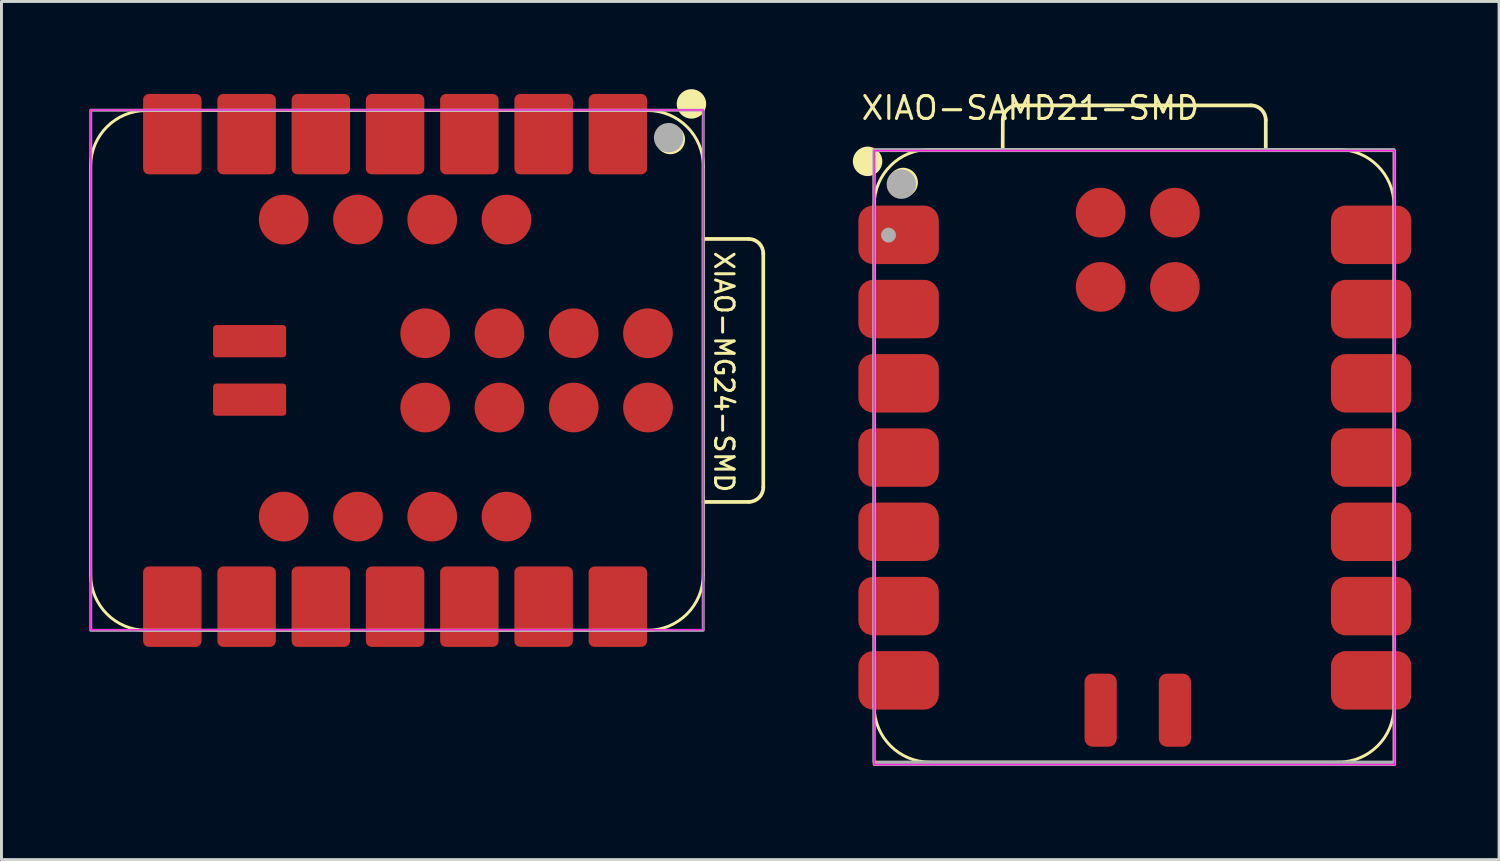
<source format=kicad_pcb>
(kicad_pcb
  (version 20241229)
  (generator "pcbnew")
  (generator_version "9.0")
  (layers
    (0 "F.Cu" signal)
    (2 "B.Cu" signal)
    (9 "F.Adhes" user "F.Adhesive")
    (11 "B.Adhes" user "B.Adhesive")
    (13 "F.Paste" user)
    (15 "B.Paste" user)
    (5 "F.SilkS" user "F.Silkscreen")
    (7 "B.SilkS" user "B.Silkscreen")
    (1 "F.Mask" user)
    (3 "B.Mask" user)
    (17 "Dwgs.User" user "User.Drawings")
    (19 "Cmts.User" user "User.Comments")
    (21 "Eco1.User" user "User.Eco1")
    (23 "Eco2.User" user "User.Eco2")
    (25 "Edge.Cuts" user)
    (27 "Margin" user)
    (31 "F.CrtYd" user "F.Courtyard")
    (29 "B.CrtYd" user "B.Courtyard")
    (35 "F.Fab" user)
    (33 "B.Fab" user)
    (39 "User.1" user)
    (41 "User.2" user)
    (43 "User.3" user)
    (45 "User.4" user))
  (footprint "XIAO-SAMD21-SMD"
    (layer "F.Cu")
    (at 26.851 23.102)
    (property "Reference" "XIAO-SAMD21-SMD" (at -0.5 -22 0) (layer "F.SilkS") (effects (font (size 0.782 0.782) (thickness 0.107)) (justify left bottom)))
    (fp_line (start 0.001 -1.987) (end 0.001 -19.132) (stroke (width 0.1) (type solid)) (layer "F.SilkS"))
    (fp_line (start 1.906 -0.082) (end 15.876 -0.082) (stroke (width 0.1) (type solid)) (layer "F.SilkS"))
    (fp_line (start 4.396 -21.037) (end 4.4 -22.048) (stroke (width 0.127) (type solid)) (layer "F.SilkS"))
    (fp_line (start 4.9 -22.547) (end 12.895 -22.547) (stroke (width 0.127) (type solid)) (layer "F.SilkS"))
    (fp_line (start 13.395 -22.047) (end 13.395 -21.037) (stroke (width 0.127) (type solid)) (layer "F.SilkS"))
    (fp_line (start 15.876 -21.037) (end 1.906 -21.037) (stroke (width 0.1) (type solid)) (layer "F.SilkS"))
    (fp_line (start 15.876 -21.037) (end 1.906 -21.037) (stroke (width 0.1) (type solid)) (layer "F.SilkS"))
    (fp_line (start 17.781 -1.987) (end 17.781 -19.132) (stroke (width 0.1) (type solid)) (layer "F.SilkS"))
    (fp_arc (start 0.001 -19.1363) (mid 0.558966 -20.483329) (end 1.906 -21.0413) (stroke (width 0.1) (type solid)) (layer "F.SilkS"))
    (fp_arc (start 1.906 -0.0823) (mid 0.558962 -0.640262) (end 0.001 -1.9873) (stroke (width 0.1) (type solid)) (layer "F.SilkS"))
    (fp_arc (start 4.399728 -22.047572) (mid 4.546276 -22.400944) (end 4.899728 -22.5473) (stroke (width 0.127) (type default)) (layer "F.SilkS"))
    (fp_arc (start 12.895 -22.5473) (mid 13.248553 -22.400853) (end 13.395 -22.0473) (stroke (width 0.127) (type default)) (layer "F.SilkS"))
    (fp_arc (start 15.876 -21.0373) (mid 17.223038 -20.479337) (end 17.781 -19.1323) (stroke (width 0.1) (type solid)) (layer "F.SilkS"))
    (fp_arc (start 17.781 -1.9873) (mid 17.223038 -0.640262) (end 15.876 -0.0823) (stroke (width 0.1) (type solid)) (layer "F.SilkS"))
    (fp_circle (center -0.225 -20.633) (end -0.225 -20.887) (stroke (width 0.5) (type solid)) (fill yes) (layer "F.SilkS"))
    (fp_circle (center 0.992 -19.91) (end 0.992 -20.164) (stroke (width 0.5) (type solid)) (fill yes) (layer "F.SilkS"))
    (fp_rect (start 17.8 0) (end 0 -21) (stroke (width 0.05) (type default)) (fill no) (layer "F.CrtYd"))
    (fp_rect (start -0.009 -21.036) (end 17.781 -0.086) (stroke (width 0.1) (type default)) (fill no) (layer "F.Fab"))
    (fp_rect (start 0 -21) (end 17.8 0) (stroke (width 0.1) (type default)) (fill no) (layer "F.Fab"))
    (fp_circle (center 0.49 -18.11) (end 0.617 -18.11) (stroke (width 0.254) (type solid)) (fill no) (layer "F.Fab"))
    (fp_circle (center 0.93 -19.853) (end 0.93 -20.107) (stroke (width 0.5) (type solid)) (fill no) (layer "F.Fab"))
    (pad "1" smd roundrect (at 0.835 -18.12) (size 2.75 2) (layers "F.Cu" "F.Mask" "F.Paste") (roundrect_rratio 0.25))
    (pad "2" smd roundrect (at 0.835 -15.58) (size 2.75 2) (layers "F.Cu" "F.Mask" "F.Paste") (roundrect_rratio 0.25))
    (pad "3" smd roundrect (at 0.835 -13.04) (size 2.75 2) (layers "F.Cu" "F.Mask" "F.Paste") (roundrect_rratio 0.25))
    (pad "4" smd roundrect (at 0.835 -10.5) (size 2.75 2) (layers "F.Cu" "F.Mask" "F.Paste") (roundrect_rratio 0.25))
    (pad "5" smd roundrect (at 0.835 -7.96) (size 2.75 2) (layers "F.Cu" "F.Mask" "F.Paste") (roundrect_rratio 0.25))
    (pad "6" smd roundrect (at 0.835 -5.42) (size 2.75 2) (layers "F.Cu" "F.Mask" "F.Paste") (roundrect_rratio 0.25))
    (pad "7" smd roundrect (at 0.835 -2.88) (size 2.75 2) (layers "F.Cu" "F.Mask" "F.Paste") (roundrect_rratio 0.25))
    (pad "8" smd roundrect (at 17 -2.88) (size 2.75 2) (layers "F.Cu" "F.Mask" "F.Paste") (roundrect_rratio 0.25))
    (pad "9" smd roundrect (at 17 -5.42) (size 2.75 2) (layers "F.Cu" "F.Mask" "F.Paste") (roundrect_rratio 0.25))
    (pad "10" smd roundrect (at 17 -7.96) (size 2.75 2) (layers "F.Cu" "F.Mask" "F.Paste") (roundrect_rratio 0.25))
    (pad "11" smd roundrect (at 17 -10.5) (size 2.75 2) (layers "F.Cu" "F.Mask" "F.Paste") (roundrect_rratio 0.25))
    (pad "12" smd roundrect (at 17 -13.04) (size 2.75 2) (layers "F.Cu" "F.Mask" "F.Paste") (roundrect_rratio 0.25))
    (pad "13" smd roundrect (at 17 -15.58) (size 2.75 2) (layers "F.Cu" "F.Mask" "F.Paste") (roundrect_rratio 0.25))
    (pad "14" smd roundrect (at 17 -18.12) (size 2.75 2) (layers "F.Cu" "F.Mask" "F.Paste") (roundrect_rratio 0.25))
    (pad "15" smd roundrect (at 7.747 -1.86 90) (size 2.5 1.1) (layers "F.Cu" "F.Mask" "F.Paste") (roundrect_rratio 0.25))
    (pad "16" smd roundrect (at 10.287 -1.86 90) (size 2.5 1.1) (layers "F.Cu" "F.Mask" "F.Paste") (roundrect_rratio 0.25))
    (pad "17" smd circle (at 7.747 -18.878) (size 1.7 1.7) (layers "F.Cu" "F.Mask" "F.Paste"))
    (pad "18" smd circle (at 10.287 -18.878) (size 1.7 1.7) (layers "F.Cu" "F.Mask" "F.Paste"))
    (pad "19" smd circle (at 7.747 -16.338) (size 1.7 1.7) (layers "F.Cu" "F.Mask" "F.Paste"))
    (pad "20" smd circle (at 10.287 -16.338) (size 1.7 1.7) (layers "F.Cu" "F.Mask" "F.Paste")))
  (footprint "XIAO-MG24-SMD"
    (layer "F.Cu")
    (at 10.464 9.62)
    (property "Reference" "XIAO-MG24-SMD" (at 11.25 0.05 270) (unlocked yes) (layer "F.SilkS") (effects (font (size 0.635 0.635) (thickness 0.102))))
    (attr smd)
    (fp_line (start -10.414 -6.985) (end -10.414 6.985) (stroke (width 0.1) (type solid)) (layer "F.SilkS"))
    (fp_line (start -8.509 -8.89) (end 8.636 -8.89) (stroke (width 0.1) (type solid)) (layer "F.SilkS"))
    (fp_line (start -8.509 8.89) (end 8.636 8.89) (stroke (width 0.1) (type solid)) (layer "F.SilkS"))
    (fp_line (start 10.541 6.985) (end 10.541 -6.985) (stroke (width 0.1) (type solid)) (layer "F.SilkS"))
    (fp_line (start 10.553 -4.498) (end 12.094 -4.497) (stroke (width 0.127) (type solid)) (layer "F.SilkS"))
    (fp_line (start 12.094 4.498) (end 10.55 4.499) (stroke (width 0.127) (type solid)) (layer "F.SilkS"))
    (fp_line (start 12.594 -3.997) (end 12.594 3.998) (stroke (width 0.127) (type solid)) (layer "F.SilkS"))
    (fp_arc (start -10.414 -6.985) (mid -9.856038 -8.332038) (end -8.509 -8.89) (stroke (width 0.1) (type solid)) (layer "F.SilkS"))
    (fp_arc (start -8.509 8.89) (mid -9.856038 8.332038) (end -10.414 6.985) (stroke (width 0.1) (type solid)) (layer "F.SilkS"))
    (fp_arc (start 8.64 -8.89) (mid 9.987038 -8.332038) (end 10.545 -6.985) (stroke (width 0.1) (type solid)) (layer "F.SilkS"))
    (fp_arc (start 10.541 6.985) (mid 9.983038 8.332038) (end 8.636 8.89) (stroke (width 0.1) (type solid)) (layer "F.SilkS"))
    (fp_arc (start 12.094284 -4.497284) (mid 12.447619 -4.350707) (end 12.594012 -3.997284) (stroke (width 0.127) (type default)) (layer "F.SilkS"))
    (fp_arc (start 12.594012 3.997988) (mid 12.44757 4.351553) (end 12.094012 4.497988) (stroke (width 0.127) (type default)) (layer "F.SilkS"))
    (fp_circle (center 9.414 -7.899) (end 9.668 -7.899) (stroke (width 0.5) (type solid)) (fill yes) (layer "F.SilkS"))
    (fp_circle (center 10.137 -9.116) (end 10.391 -9.116) (stroke (width 0.5) (type solid)) (fill yes) (layer "F.SilkS"))
    (fp_rect (start -10.41 -8.91) (end 10.54 8.87) (stroke (width 0.05) (type default)) (fill no) (layer "F.CrtYd"))
    (fp_rect (start -10.41 -8.9) (end 10.54 8.89) (stroke (width 0.1) (type default)) (fill no) (layer "F.Fab"))
    (fp_circle (center 9.357 -7.961) (end 9.611 -7.961) (stroke (width 0.5) (type solid)) (fill no) (layer "F.Fab"))
    (pad "1" smd roundrect (at 7.62 -8.082 90) (size 2.75 2) (layers "F.Cu" "F.Mask" "F.Paste") (roundrect_rratio 0.1))
    (pad "2" smd roundrect (at 5.08 -8.082 90) (size 2.75 2) (layers "F.Cu" "F.Mask" "F.Paste") (roundrect_rratio 0.1))
    (pad "3" smd roundrect (at 2.54 -8.082 90) (size 2.75 2) (layers "F.Cu" "F.Mask" "F.Paste") (roundrect_rratio 0.1))
    (pad "4" smd roundrect (at 0 -8.082 90) (size 2.75 2) (layers "F.Cu" "F.Mask" "F.Paste") (roundrect_rratio 0.1))
    (pad "5" smd roundrect (at -2.54 -8.082 90) (size 2.75 2) (layers "F.Cu" "F.Mask" "F.Paste") (roundrect_rratio 0.1))
    (pad "6" smd roundrect (at -5.08 -8.082 90) (size 2.75 2) (layers "F.Cu" "F.Mask" "F.Paste") (roundrect_rratio 0.1))
    (pad "7" smd roundrect (at -7.62 -8.082 90) (size 2.75 2) (layers "F.Cu" "F.Mask" "F.Paste") (roundrect_rratio 0.1))
    (pad "8" smd roundrect (at -7.62 8.082 270) (size 2.75 2) (layers "F.Cu" "F.Mask" "F.Paste") (roundrect_rratio 0.1))
    (pad "9" smd roundrect (at -5.08 8.082 270) (size 2.75 2) (layers "F.Cu" "F.Mask" "F.Paste") (roundrect_rratio 0.1))
    (pad "10" smd roundrect (at -2.54 8.082 270) (size 2.75 2) (layers "F.Cu" "F.Mask" "F.Paste") (roundrect_rratio 0.1))
    (pad "11" smd roundrect (at 0 8.082 270) (size 2.75 2) (layers "F.Cu" "F.Mask" "F.Paste") (roundrect_rratio 0.1))
    (pad "12" smd roundrect (at 2.54 8.082 270) (size 2.75 2) (layers "F.Cu" "F.Mask" "F.Paste") (roundrect_rratio 0.1))
    (pad "13" smd roundrect (at 5.08 8.082 270) (size 2.75 2) (layers "F.Cu" "F.Mask" "F.Paste") (roundrect_rratio 0.1))
    (pad "14" smd roundrect (at 7.62 8.082 270) (size 2.75 2) (layers "F.Cu" "F.Mask" "F.Paste") (roundrect_rratio 0.1))
    (pad "15" smd circle (at 3.81 5.001 90) (size 1.7 1.7) (layers "F.Cu" "F.Mask" "F.Paste"))
    (pad "16" smd circle (at 1.27 5.001 90) (size 1.7 1.7) (layers "F.Cu" "F.Mask" "F.Paste"))
    (pad "17" smd circle (at -1.27 5.001 90) (size 1.7 1.7) (layers "F.Cu" "F.Mask" "F.Paste"))
    (pad "18" smd circle (at -3.81 5.001 90) (size 1.7 1.7) (layers "F.Cu" "F.Mask" "F.Paste"))
    (pad "19" smd circle (at -3.81 -5.159 90) (size 1.7 1.7) (layers "F.Cu" "F.Mask" "F.Paste"))
    (pad "20" smd circle (at -1.27 -5.159 90) (size 1.7 1.7) (layers "F.Cu" "F.Mask" "F.Paste"))
    (pad "21" smd circle (at 1.27 -5.159 90) (size 1.7 1.7) (layers "F.Cu" "F.Mask" "F.Paste"))
    (pad "22" smd circle (at 3.81 -5.159 90) (size 1.7 1.7) (layers "F.Cu" "F.Mask" "F.Paste"))
    (pad "23" smd circle (at 8.65 -1.27 90) (size 1.7 1.7) (layers "F.Cu" "F.Mask" "F.Paste"))
    (pad "24" smd circle (at 6.11 -1.27 90) (size 1.7 1.7) (layers "F.Cu" "F.Mask" "F.Paste"))
    (pad "25" smd circle (at 3.57 -1.27 90) (size 1.7 1.7) (layers "F.Cu" "F.Mask" "F.Paste"))
    (pad "26" smd circle (at 1.03 -1.27 90) (size 1.7 1.7) (layers "F.Cu" "F.Mask" "F.Paste"))
    (pad "27" smd circle (at 1.03 1.27 90) (size 1.7 1.7) (layers "F.Cu" "F.Mask" "F.Paste"))
    (pad "28" smd circle (at 3.57 1.27 90) (size 1.7 1.7) (layers "F.Cu" "F.Mask" "F.Paste"))
    (pad "29" smd circle (at 6.11 1.27 90) (size 1.7 1.7) (layers "F.Cu" "F.Mask" "F.Paste"))
    (pad "30" smd circle (at 8.65 1.27 90) (size 1.7 1.7) (layers "F.Cu" "F.Mask" "F.Paste"))
    (pad "31" smd roundrect (at -4.975 -1 180) (size 2.5 1.1) (layers "F.Cu" "F.Mask" "F.Paste") (roundrect_rratio 0.1))
    (pad "32" smd roundrect (at -4.975 1 180) (size 2.5 1.1) (layers "F.Cu" "F.Mask" "F.Paste") (roundrect_rratio 0.1)))
  (gr_rect
    (start -3 -3)
    (end 48.226 26.352)
    (stroke (width 0.1) (type default))
    (fill no)
    (layer "Edge.Cuts")))
</source>
